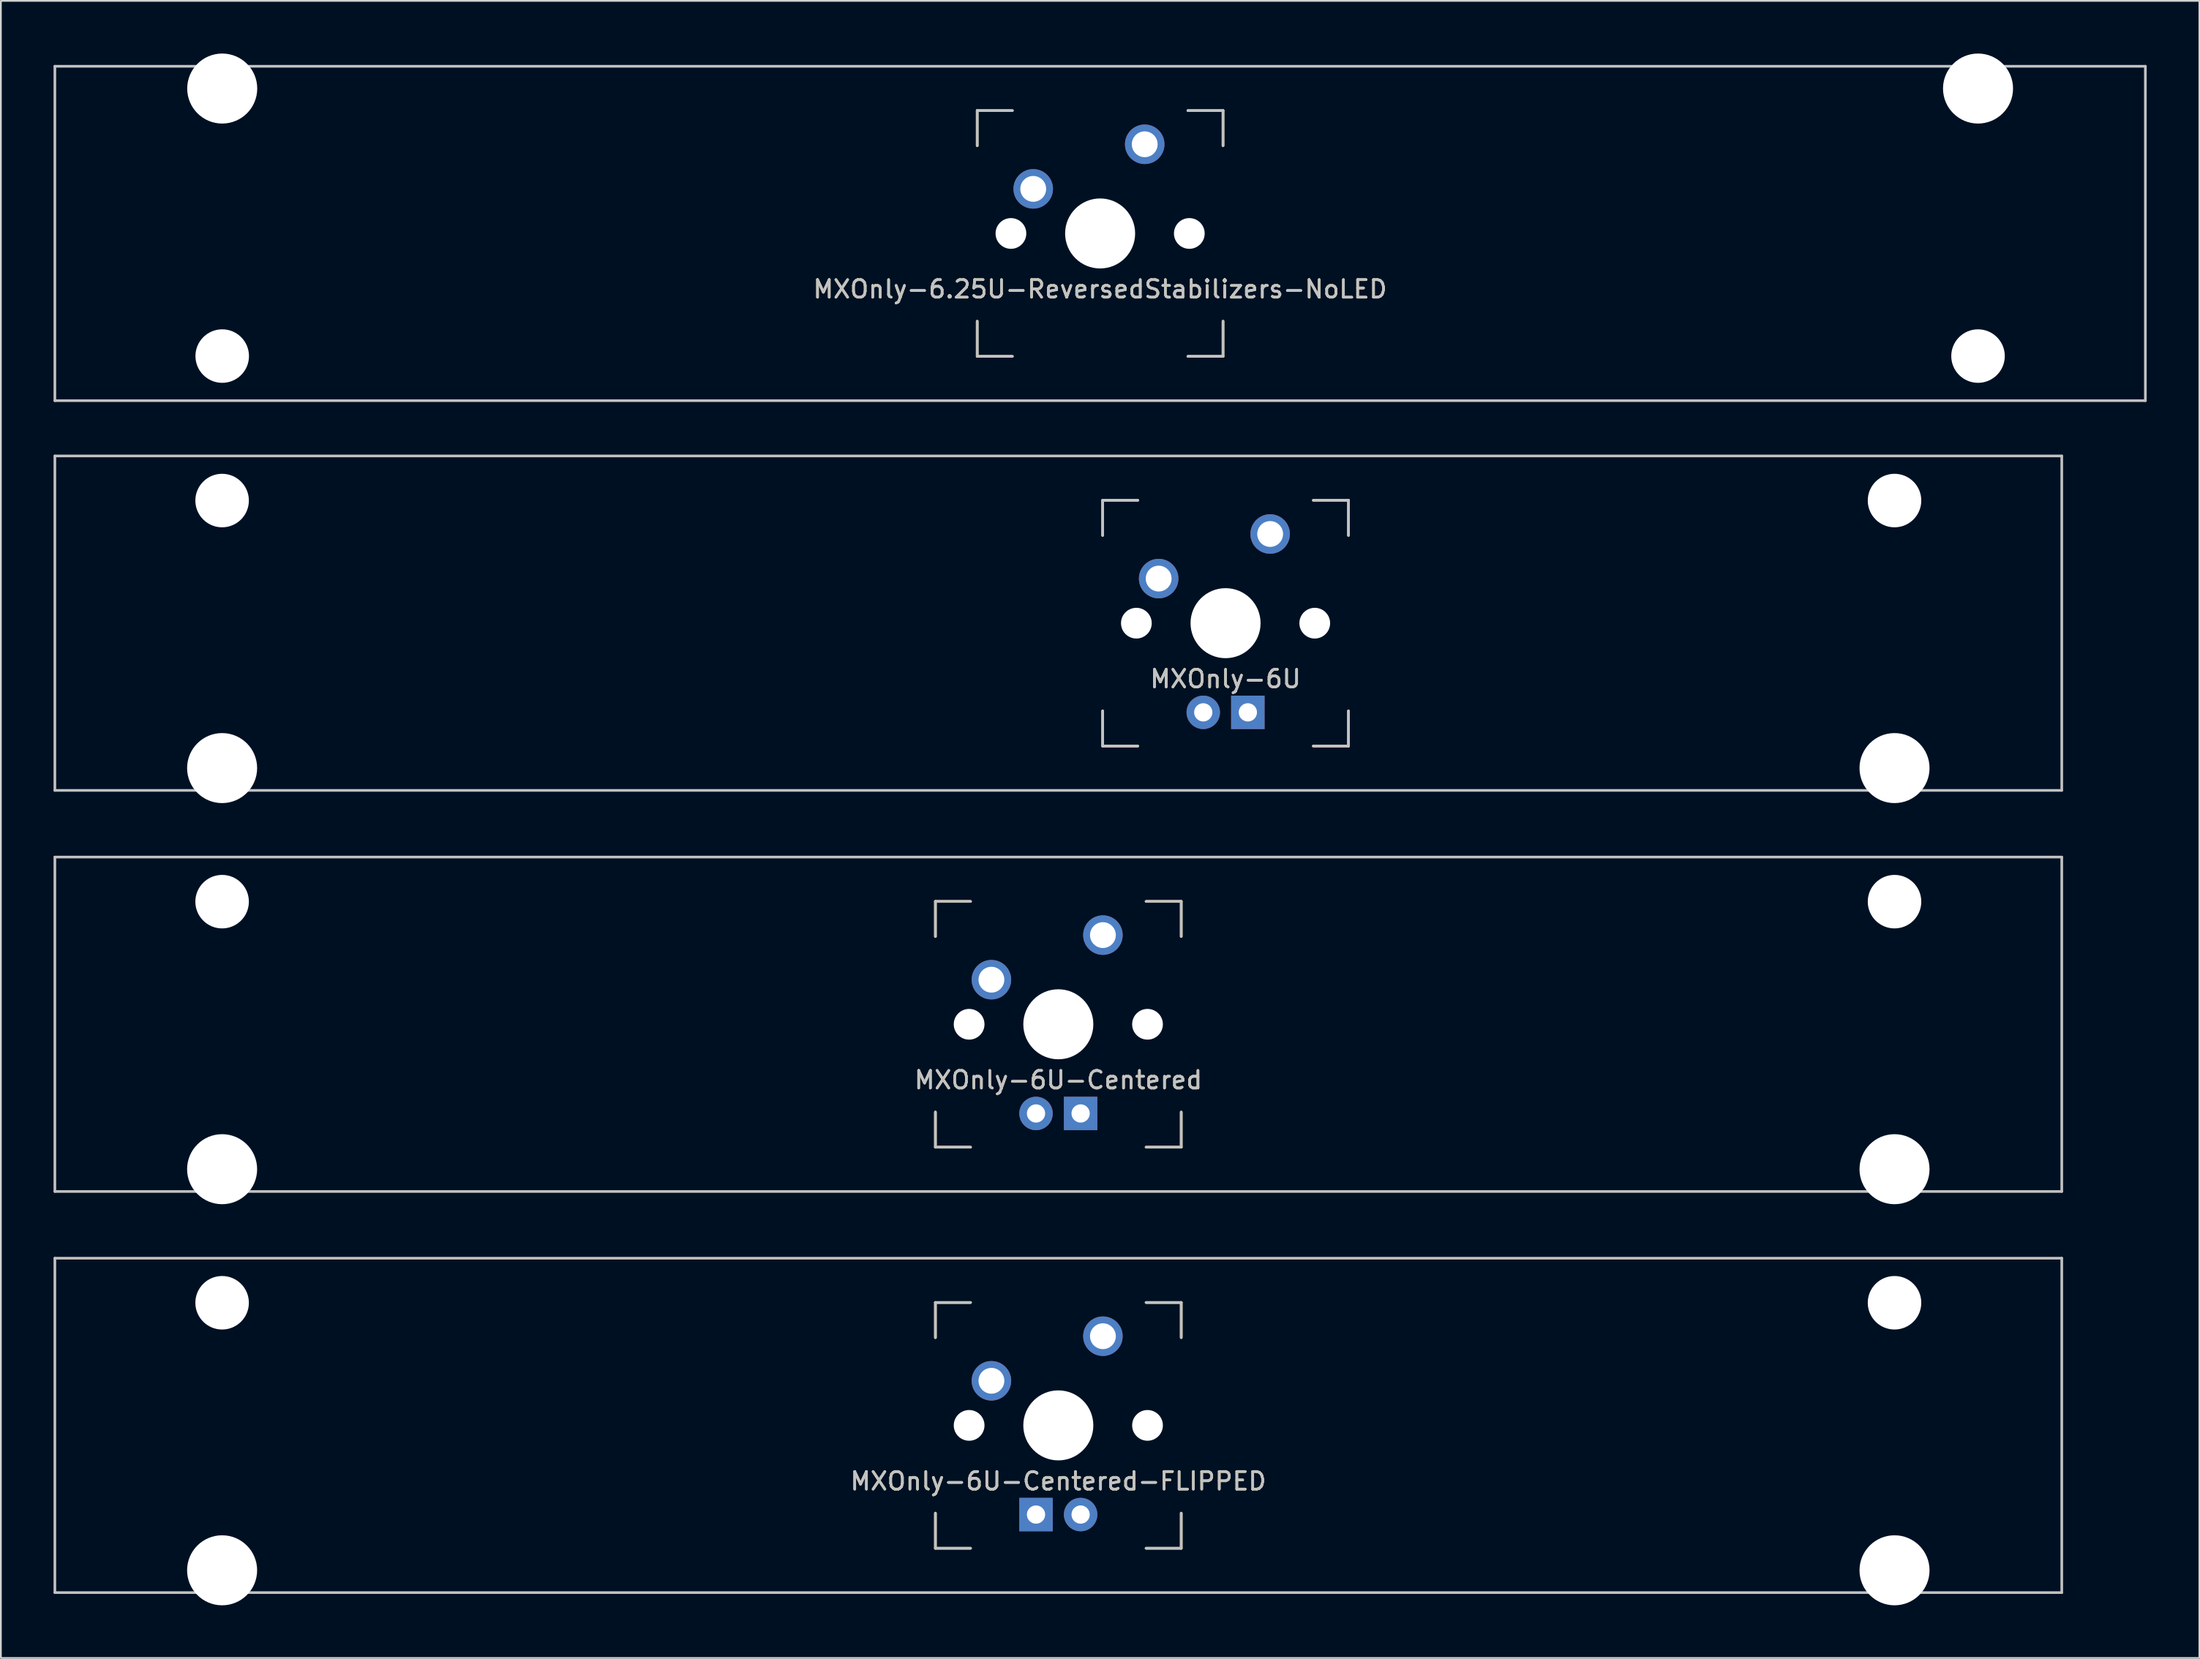
<source format=kicad_pcb>
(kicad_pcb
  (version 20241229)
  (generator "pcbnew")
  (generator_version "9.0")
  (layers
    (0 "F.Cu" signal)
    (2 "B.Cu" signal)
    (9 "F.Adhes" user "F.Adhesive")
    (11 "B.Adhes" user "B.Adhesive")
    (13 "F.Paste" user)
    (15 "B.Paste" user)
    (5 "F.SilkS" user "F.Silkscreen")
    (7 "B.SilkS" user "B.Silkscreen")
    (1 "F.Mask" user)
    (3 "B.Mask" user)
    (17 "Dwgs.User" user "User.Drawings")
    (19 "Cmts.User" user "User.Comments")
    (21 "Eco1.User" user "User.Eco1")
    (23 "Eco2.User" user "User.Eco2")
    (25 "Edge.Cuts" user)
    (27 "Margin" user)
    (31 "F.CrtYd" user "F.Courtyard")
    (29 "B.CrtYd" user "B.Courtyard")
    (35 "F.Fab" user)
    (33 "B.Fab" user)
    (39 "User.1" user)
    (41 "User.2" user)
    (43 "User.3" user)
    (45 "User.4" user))
  (footprint "MXOnly-6U"
    (layer "F.Cu")
    (at 57.225 32.449)
    (property "Reference" "MXOnly-6U" (at 9.525 3.175 0) (layer "Dwgs.User") (effects (font (size 1 1) (thickness 0.15))))
    (attr through_hole)
    (fp_line (start 2.525 -7) (end 2.525 -5) (stroke (width 0.15) (type solid)) (layer "F.SilkS"))
    (fp_line (start 2.525 5) (end 2.525 7) (stroke (width 0.15) (type solid)) (layer "F.SilkS"))
    (fp_line (start 2.525 7) (end 4.525 7) (stroke (width 0.15) (type solid)) (layer "F.SilkS"))
    (fp_line (start 4.525 -7) (end 2.525 -7) (stroke (width 0.15) (type solid)) (layer "F.SilkS"))
    (fp_line (start 14.525 -7) (end 16.525 -7) (stroke (width 0.15) (type solid)) (layer "F.SilkS"))
    (fp_line (start 14.525 7) (end 16.525 7) (stroke (width 0.15) (type solid)) (layer "F.SilkS"))
    (fp_line (start 16.525 -7) (end 16.525 -5) (stroke (width 0.15) (type solid)) (layer "F.SilkS"))
    (fp_line (start 16.525 7) (end 16.525 5) (stroke (width 0.15) (type solid)) (layer "F.SilkS"))
    (fp_line (start -57.15 -9.525) (end 57.15 -9.525) (stroke (width 0.15) (type solid)) (layer "Dwgs.User"))
    (fp_line (start -57.15 9.525) (end -57.15 -9.525) (stroke (width 0.15) (type solid)) (layer "Dwgs.User"))
    (fp_line (start -57.15 9.525) (end 57.15 9.525) (stroke (width 0.15) (type solid)) (layer "Dwgs.User"))
    (fp_line (start 2.525 -7) (end 2.525 -5) (stroke (width 0.15) (type solid)) (layer "Dwgs.User"))
    (fp_line (start 2.525 5) (end 2.525 7) (stroke (width 0.15) (type solid)) (layer "Dwgs.User"))
    (fp_line (start 2.525 7) (end 4.525 7) (stroke (width 0.15) (type solid)) (layer "Dwgs.User"))
    (fp_line (start 4.525 -7) (end 2.525 -7) (stroke (width 0.15) (type solid)) (layer "Dwgs.User"))
    (fp_line (start 14.525 -7) (end 16.525 -7) (stroke (width 0.15) (type solid)) (layer "Dwgs.User"))
    (fp_line (start 14.525 7) (end 16.525 7) (stroke (width 0.15) (type solid)) (layer "Dwgs.User"))
    (fp_line (start 16.525 -7) (end 16.525 -5) (stroke (width 0.15) (type solid)) (layer "Dwgs.User"))
    (fp_line (start 16.525 7) (end 16.525 5) (stroke (width 0.15) (type solid)) (layer "Dwgs.User"))
    (fp_line (start 57.15 -9.525) (end 57.15 9.525) (stroke (width 0.15) (type solid)) (layer "Dwgs.User"))
    (fp_text user "${REFERENCE}" (at 9.525 3.175 0) (layer "F.SilkS") (effects (font (size 1 1) (thickness 0.15))))
    (pad "" np_thru_hole circle (at -47.625 -6.985) (size 3.048 3.048) (drill 3.048) (layers "*.Cu" "*.Mask"))
    (pad "" np_thru_hole circle (at -47.625 8.255) (size 3.988 3.988) (drill 3.988) (layers "*.Cu" "*.Mask"))
    (pad "" np_thru_hole circle (at 4.445 0 48.1) (size 1.75 1.75) (drill 1.75) (layers "*.Cu" "*.Mask"))
    (pad "" np_thru_hole circle (at 9.525 0) (size 3.988 3.988) (drill 3.988) (layers "*.Cu" "*.Mask"))
    (pad "" np_thru_hole circle (at 14.605 0 48.1) (size 1.75 1.75) (drill 1.75) (layers "*.Cu" "*.Mask"))
    (pad "" np_thru_hole circle (at 47.625 -6.985) (size 3.048 3.048) (drill 3.048) (layers "*.Cu" "*.Mask"))
    (pad "" np_thru_hole circle (at 47.625 8.255) (size 3.988 3.988) (drill 3.988) (layers "*.Cu" "*.Mask"))
    (pad "1" thru_hole circle (at 5.715 -2.54) (size 2.25 2.25) (drill 1.47) (layers "*.Cu" "B.Mask"))
    (pad "2" thru_hole circle (at 12.065 -5.08) (size 2.25 2.25) (drill 1.47) (layers "*.Cu" "B.Mask"))
    (pad "3" thru_hole circle (at 8.255 5.08) (size 1.905 1.905) (drill 1.04) (layers "*.Cu" "B.Mask"))
    (pad "4" thru_hole rect (at 10.795 5.08) (size 1.905 1.905) (drill 1.04) (layers "*.Cu" "B.Mask")))
  (footprint "MXOnly-6U-Centered-FLIPPED"
    (layer "F.Cu")
    (at 57.225 78.147)
    (property "Reference" "MXOnly-6U-Centered-FLIPPED" (at 0 3.175 0) (layer "Dwgs.User") (effects (font (size 1 1) (thickness 0.15))))
    (attr through_hole)
    (fp_line (start -7 -7) (end -7 -5) (stroke (width 0.15) (type solid)) (layer "F.SilkS"))
    (fp_line (start -7 5) (end -7 7) (stroke (width 0.15) (type solid)) (layer "F.SilkS"))
    (fp_line (start -7 7) (end -5 7) (stroke (width 0.15) (type solid)) (layer "F.SilkS"))
    (fp_line (start -5 -7) (end -7 -7) (stroke (width 0.15) (type solid)) (layer "F.SilkS"))
    (fp_line (start 5 -7) (end 7 -7) (stroke (width 0.15) (type solid)) (layer "F.SilkS"))
    (fp_line (start 5 7) (end 7 7) (stroke (width 0.15) (type solid)) (layer "F.SilkS"))
    (fp_line (start 7 -7) (end 7 -5) (stroke (width 0.15) (type solid)) (layer "F.SilkS"))
    (fp_line (start 7 7) (end 7 5) (stroke (width 0.15) (type solid)) (layer "F.SilkS"))
    (fp_line (start -57.15 -9.525) (end 57.15 -9.525) (stroke (width 0.15) (type solid)) (layer "Dwgs.User"))
    (fp_line (start -57.15 9.525) (end -57.15 -9.525) (stroke (width 0.15) (type solid)) (layer "Dwgs.User"))
    (fp_line (start -57.15 9.525) (end 57.15 9.525) (stroke (width 0.15) (type solid)) (layer "Dwgs.User"))
    (fp_line (start -7 -7) (end -7 -5) (stroke (width 0.15) (type solid)) (layer "Dwgs.User"))
    (fp_line (start -7 5) (end -7 7) (stroke (width 0.15) (type solid)) (layer "Dwgs.User"))
    (fp_line (start -7 7) (end -5 7) (stroke (width 0.15) (type solid)) (layer "Dwgs.User"))
    (fp_line (start -5 -7) (end -7 -7) (stroke (width 0.15) (type solid)) (layer "Dwgs.User"))
    (fp_line (start 5 -7) (end 7 -7) (stroke (width 0.15) (type solid)) (layer "Dwgs.User"))
    (fp_line (start 5 7) (end 7 7) (stroke (width 0.15) (type solid)) (layer "Dwgs.User"))
    (fp_line (start 7 -7) (end 7 -5) (stroke (width 0.15) (type solid)) (layer "Dwgs.User"))
    (fp_line (start 7 7) (end 7 5) (stroke (width 0.15) (type solid)) (layer "Dwgs.User"))
    (fp_line (start 57.15 -9.525) (end 57.15 9.525) (stroke (width 0.15) (type solid)) (layer "Dwgs.User"))
    (fp_text user "${REFERENCE}" (at 0 3.175 0) (layer "F.SilkS") (effects (font (size 1 1) (thickness 0.15))))
    (pad "" np_thru_hole circle (at -47.625 -6.985) (size 3.048 3.048) (drill 3.048) (layers "*.Cu" "*.Mask"))
    (pad "" np_thru_hole circle (at -47.625 8.255) (size 3.988 3.988) (drill 3.988) (layers "*.Cu" "*.Mask"))
    (pad "" np_thru_hole circle (at -5.08 0 48.1) (size 1.75 1.75) (drill 1.75) (layers "*.Cu" "*.Mask"))
    (pad "" np_thru_hole circle (at 0 0) (size 3.988 3.988) (drill 3.988) (layers "*.Cu" "*.Mask"))
    (pad "" np_thru_hole circle (at 5.08 0 48.1) (size 1.75 1.75) (drill 1.75) (layers "*.Cu" "*.Mask"))
    (pad "" np_thru_hole circle (at 47.625 -6.985) (size 3.048 3.048) (drill 3.048) (layers "*.Cu" "*.Mask"))
    (pad "" np_thru_hole circle (at 47.625 8.255) (size 3.988 3.988) (drill 3.988) (layers "*.Cu" "*.Mask"))
    (pad "1" thru_hole circle (at -3.81 -2.54) (size 2.25 2.25) (drill 1.47) (layers "*.Cu" "B.Mask"))
    (pad "2" thru_hole circle (at 2.54 -5.08) (size 2.25 2.25) (drill 1.47) (layers "*.Cu" "B.Mask"))
    (pad "3" thru_hole circle (at 1.27 5.08) (size 1.905 1.905) (drill 1.04) (layers "*.Cu" "B.Mask"))
    (pad "4" thru_hole rect (at -1.27 5.08) (size 1.905 1.905) (drill 1.04) (layers "*.Cu" "B.Mask")))
  (footprint "MXOnly-6.25U-ReversedStabilizers-NoLED"
    (layer "F.Cu")
    (at 59.606 10.249)
    (property "Reference" "MXOnly-6.25U-ReversedStabilizers-NoLED" (at 0 3.175 0) (layer "Dwgs.User") (effects (font (size 1 1) (thickness 0.15))))
    (attr through_hole)
    (fp_line (start -7 -7) (end -7 -5) (stroke (width 0.15) (type solid)) (layer "F.SilkS"))
    (fp_line (start -7 5) (end -7 7) (stroke (width 0.15) (type solid)) (layer "F.SilkS"))
    (fp_line (start -7 7) (end -5 7) (stroke (width 0.15) (type solid)) (layer "F.SilkS"))
    (fp_line (start -5 -7) (end -7 -7) (stroke (width 0.15) (type solid)) (layer "F.SilkS"))
    (fp_line (start 5 -7) (end 7 -7) (stroke (width 0.15) (type solid)) (layer "F.SilkS"))
    (fp_line (start 5 7) (end 7 7) (stroke (width 0.15) (type solid)) (layer "F.SilkS"))
    (fp_line (start 7 -7) (end 7 -5) (stroke (width 0.15) (type solid)) (layer "F.SilkS"))
    (fp_line (start 7 7) (end 7 5) (stroke (width 0.15) (type solid)) (layer "F.SilkS"))
    (fp_line (start -59.531 -9.525) (end 59.531 -9.525) (stroke (width 0.15) (type solid)) (layer "Dwgs.User"))
    (fp_line (start -59.531 9.525) (end -59.531 -9.525) (stroke (width 0.15) (type solid)) (layer "Dwgs.User"))
    (fp_line (start -59.531 9.525) (end 59.531 9.525) (stroke (width 0.15) (type solid)) (layer "Dwgs.User"))
    (fp_line (start -7 -7) (end -7 -5) (stroke (width 0.15) (type solid)) (layer "Dwgs.User"))
    (fp_line (start -7 5) (end -7 7) (stroke (width 0.15) (type solid)) (layer "Dwgs.User"))
    (fp_line (start -7 7) (end -5 7) (stroke (width 0.15) (type solid)) (layer "Dwgs.User"))
    (fp_line (start -5 -7) (end -7 -7) (stroke (width 0.15) (type solid)) (layer "Dwgs.User"))
    (fp_line (start 5 -7) (end 7 -7) (stroke (width 0.15) (type solid)) (layer "Dwgs.User"))
    (fp_line (start 5 7) (end 7 7) (stroke (width 0.15) (type solid)) (layer "Dwgs.User"))
    (fp_line (start 7 -7) (end 7 -5) (stroke (width 0.15) (type solid)) (layer "Dwgs.User"))
    (fp_line (start 7 7) (end 7 5) (stroke (width 0.15) (type solid)) (layer "Dwgs.User"))
    (fp_line (start 59.531 -9.525) (end 59.531 9.525) (stroke (width 0.15) (type solid)) (layer "Dwgs.User"))
    (fp_text user "${REFERENCE}" (at 0 3.175 0) (layer "F.SilkS") (effects (font (size 1 1) (thickness 0.15))))
    (pad "" np_thru_hole circle (at -50 -8.255) (size 3.988 3.988) (drill 3.988) (layers "*.Cu" "*.Mask"))
    (pad "" np_thru_hole circle (at -50 6.985) (size 3.048 3.048) (drill 3.048) (layers "*.Cu" "*.Mask"))
    (pad "" np_thru_hole circle (at -5.08 0 48.1) (size 1.75 1.75) (drill 1.75) (layers "*.Cu" "*.Mask"))
    (pad "" np_thru_hole circle (at 0 0) (size 3.988 3.988) (drill 3.988) (layers "*.Cu" "*.Mask"))
    (pad "" np_thru_hole circle (at 5.08 0 48.1) (size 1.75 1.75) (drill 1.75) (layers "*.Cu" "*.Mask"))
    (pad "" np_thru_hole circle (at 50 -8.255) (size 3.988 3.988) (drill 3.988) (layers "*.Cu" "*.Mask"))
    (pad "" np_thru_hole circle (at 50 6.985) (size 3.048 3.048) (drill 3.048) (layers "*.Cu" "*.Mask"))
    (pad "1" thru_hole circle (at -3.81 -2.54) (size 2.25 2.25) (drill 1.47) (layers "*.Cu" "B.Mask"))
    (pad "2" thru_hole circle (at 2.54 -5.08) (size 2.25 2.25) (drill 1.47) (layers "*.Cu" "B.Mask")))
  (footprint "MXOnly-6U-Centered"
    (layer "F.Cu")
    (at 57.225 55.298)
    (property "Reference" "MXOnly-6U-Centered" (at 0 3.175 0) (layer "Dwgs.User") (effects (font (size 1 1) (thickness 0.15))))
    (attr through_hole)
    (fp_line (start -7 -7) (end -7 -5) (stroke (width 0.15) (type solid)) (layer "F.SilkS"))
    (fp_line (start -7 5) (end -7 7) (stroke (width 0.15) (type solid)) (layer "F.SilkS"))
    (fp_line (start -7 7) (end -5 7) (stroke (width 0.15) (type solid)) (layer "F.SilkS"))
    (fp_line (start -5 -7) (end -7 -7) (stroke (width 0.15) (type solid)) (layer "F.SilkS"))
    (fp_line (start 5 -7) (end 7 -7) (stroke (width 0.15) (type solid)) (layer "F.SilkS"))
    (fp_line (start 5 7) (end 7 7) (stroke (width 0.15) (type solid)) (layer "F.SilkS"))
    (fp_line (start 7 -7) (end 7 -5) (stroke (width 0.15) (type solid)) (layer "F.SilkS"))
    (fp_line (start 7 7) (end 7 5) (stroke (width 0.15) (type solid)) (layer "F.SilkS"))
    (fp_line (start -57.15 -9.525) (end 57.15 -9.525) (stroke (width 0.15) (type solid)) (layer "Dwgs.User"))
    (fp_line (start -57.15 9.525) (end -57.15 -9.525) (stroke (width 0.15) (type solid)) (layer "Dwgs.User"))
    (fp_line (start -57.15 9.525) (end 57.15 9.525) (stroke (width 0.15) (type solid)) (layer "Dwgs.User"))
    (fp_line (start -7 -7) (end -7 -5) (stroke (width 0.15) (type solid)) (layer "Dwgs.User"))
    (fp_line (start -7 5) (end -7 7) (stroke (width 0.15) (type solid)) (layer "Dwgs.User"))
    (fp_line (start -7 7) (end -5 7) (stroke (width 0.15) (type solid)) (layer "Dwgs.User"))
    (fp_line (start -5 -7) (end -7 -7) (stroke (width 0.15) (type solid)) (layer "Dwgs.User"))
    (fp_line (start 5 -7) (end 7 -7) (stroke (width 0.15) (type solid)) (layer "Dwgs.User"))
    (fp_line (start 5 7) (end 7 7) (stroke (width 0.15) (type solid)) (layer "Dwgs.User"))
    (fp_line (start 7 -7) (end 7 -5) (stroke (width 0.15) (type solid)) (layer "Dwgs.User"))
    (fp_line (start 7 7) (end 7 5) (stroke (width 0.15) (type solid)) (layer "Dwgs.User"))
    (fp_line (start 57.15 -9.525) (end 57.15 9.525) (stroke (width 0.15) (type solid)) (layer "Dwgs.User"))
    (fp_text user "${REFERENCE}" (at 0 3.175 0) (layer "F.SilkS") (effects (font (size 1 1) (thickness 0.15))))
    (pad "" np_thru_hole circle (at -47.625 -6.985) (size 3.048 3.048) (drill 3.048) (layers "*.Cu" "*.Mask"))
    (pad "" np_thru_hole circle (at -47.625 8.255) (size 3.988 3.988) (drill 3.988) (layers "*.Cu" "*.Mask"))
    (pad "" np_thru_hole circle (at -5.08 0 48.1) (size 1.75 1.75) (drill 1.75) (layers "*.Cu" "*.Mask"))
    (pad "" np_thru_hole circle (at 0 0) (size 3.988 3.988) (drill 3.988) (layers "*.Cu" "*.Mask"))
    (pad "" np_thru_hole circle (at 5.08 0 48.1) (size 1.75 1.75) (drill 1.75) (layers "*.Cu" "*.Mask"))
    (pad "" np_thru_hole circle (at 47.625 -6.985) (size 3.048 3.048) (drill 3.048) (layers "*.Cu" "*.Mask"))
    (pad "" np_thru_hole circle (at 47.625 8.255) (size 3.988 3.988) (drill 3.988) (layers "*.Cu" "*.Mask"))
    (pad "1" thru_hole circle (at -3.81 -2.54) (size 2.25 2.25) (drill 1.47) (layers "*.Cu" "B.Mask"))
    (pad "2" thru_hole circle (at 2.54 -5.08) (size 2.25 2.25) (drill 1.47) (layers "*.Cu" "B.Mask"))
    (pad "3" thru_hole circle (at -1.27 5.08) (size 1.905 1.905) (drill 1.04) (layers "*.Cu" "B.Mask"))
    (pad "4" thru_hole rect (at 1.27 5.08) (size 1.905 1.905) (drill 1.04) (layers "*.Cu" "B.Mask")))
  (gr_rect
    (start -3 -3)
    (end 122.213 91.396)
    (stroke (width 0.1) (type default))
    (fill no)
    (layer "Edge.Cuts")))
</source>
